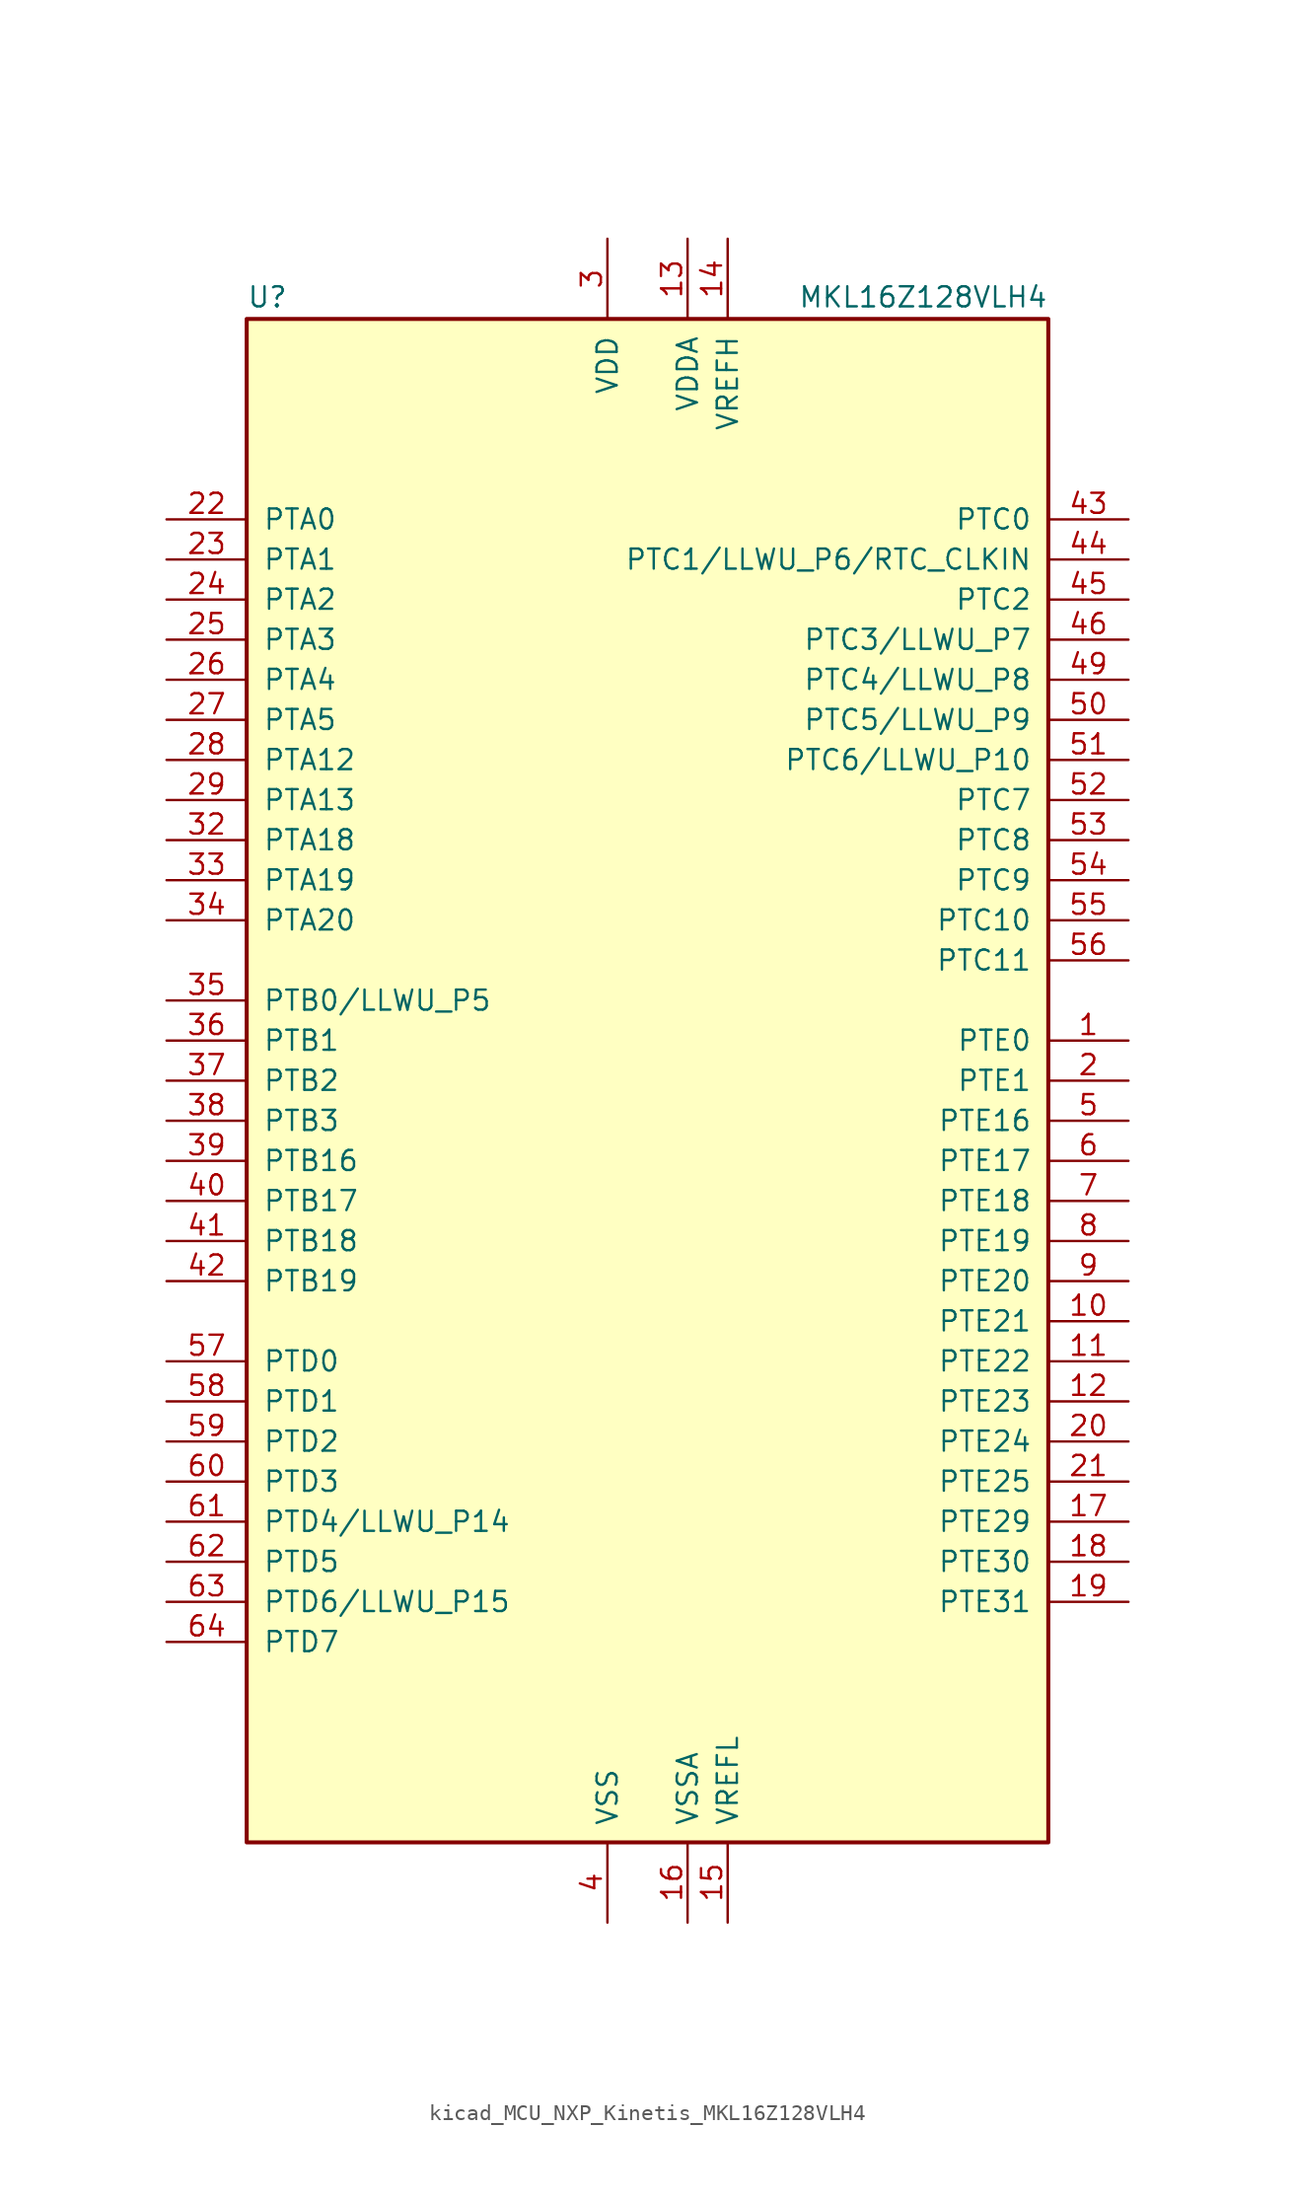
<source format=kicad_sym>
(kicad_symbol_lib
  (version 20220914)
  (generator kicad_symbol_editor)
  (symbol "kicad_MCU_NXP_Kinetis_MKL16Z128VLH4"
    (pin_names
      (offset 1.016))
    (property "Reference" "U"
      (at -25.4 48.895 0)
      (effects (font (size 1.27 1.27)) (justify left bottom)))
    (property "Value" "MKL16Z128VLH4"
      (at 25.4 48.895 0)
      (effects (font (size 1.27 1.27)) (justify right bottom)))
    (symbol "kicad_MCU_NXP_Kinetis_MKL16Z128VLH4_0_1"
      (rectangle (start -25.4 48.26) (end 25.4 -48.26) (stroke (width 0.254) (type default)) (fill (type background))))
    (symbol "kicad_MCU_NXP_Kinetis_MKL16Z128VLH4_1_1"
      (pin bidirectional line (at 30.48 2.54 180) (length 5.08) (name "PTE0" (effects (font (size 1.27 1.27)))) (number "1" (effects (font (size 1.27 1.27)))))
      (pin bidirectional line (at 30.48 -15.24 180) (length 5.08) (name "PTE21" (effects (font (size 1.27 1.27)))) (number "10" (effects (font (size 1.27 1.27)))))
      (pin bidirectional line (at 30.48 -17.78 180) (length 5.08) (name "PTE22" (effects (font (size 1.27 1.27)))) (number "11" (effects (font (size 1.27 1.27)))))
      (pin bidirectional line (at 30.48 -20.32 180) (length 5.08) (name "PTE23" (effects (font (size 1.27 1.27)))) (number "12" (effects (font (size 1.27 1.27)))))
      (pin power_in line (at 2.54 53.34 270) (length 5.08) (name "VDDA" (effects (font (size 1.27 1.27)))) (number "13" (effects (font (size 1.27 1.27)))))
      (pin power_in line (at 5.08 53.34 270) (length 5.08) (name "VREFH" (effects (font (size 1.27 1.27)))) (number "14" (effects (font (size 1.27 1.27)))))
      (pin power_in line (at 5.08 -53.34 90) (length 5.08) (name "VREFL" (effects (font (size 1.27 1.27)))) (number "15" (effects (font (size 1.27 1.27)))))
      (pin power_in line (at 2.54 -53.34 90) (length 5.08) (name "VSSA" (effects (font (size 1.27 1.27)))) (number "16" (effects (font (size 1.27 1.27)))))
      (pin bidirectional line (at 30.48 -27.94 180) (length 5.08) (name "PTE29" (effects (font (size 1.27 1.27)))) (number "17" (effects (font (size 1.27 1.27)))))
      (pin bidirectional line (at 30.48 -30.48 180) (length 5.08) (name "PTE30" (effects (font (size 1.27 1.27)))) (number "18" (effects (font (size 1.27 1.27)))))
      (pin bidirectional line (at 30.48 -33.02 180) (length 5.08) (name "PTE31" (effects (font (size 1.27 1.27)))) (number "19" (effects (font (size 1.27 1.27)))))
      (pin bidirectional line (at 30.48 0 180) (length 5.08) (name "PTE1" (effects (font (size 1.27 1.27)))) (number "2" (effects (font (size 1.27 1.27)))))
      (pin bidirectional line (at 30.48 -22.86 180) (length 5.08) (name "PTE24" (effects (font (size 1.27 1.27)))) (number "20" (effects (font (size 1.27 1.27)))))
      (pin bidirectional line (at 30.48 -25.4 180) (length 5.08) (name "PTE25" (effects (font (size 1.27 1.27)))) (number "21" (effects (font (size 1.27 1.27)))))
      (pin bidirectional line (at -30.48 35.56 0) (length 5.08) (name "PTA0" (effects (font (size 1.27 1.27)))) (number "22" (effects (font (size 1.27 1.27)))))
      (pin bidirectional line (at -30.48 33.02 0) (length 5.08) (name "PTA1" (effects (font (size 1.27 1.27)))) (number "23" (effects (font (size 1.27 1.27)))))
      (pin bidirectional line (at -30.48 30.48 0) (length 5.08) (name "PTA2" (effects (font (size 1.27 1.27)))) (number "24" (effects (font (size 1.27 1.27)))))
      (pin bidirectional line (at -30.48 27.94 0) (length 5.08) (name "PTA3" (effects (font (size 1.27 1.27)))) (number "25" (effects (font (size 1.27 1.27)))))
      (pin bidirectional line (at -30.48 25.4 0) (length 5.08) (name "PTA4" (effects (font (size 1.27 1.27)))) (number "26" (effects (font (size 1.27 1.27)))))
      (pin bidirectional line (at -30.48 22.86 0) (length 5.08) (name "PTA5" (effects (font (size 1.27 1.27)))) (number "27" (effects (font (size 1.27 1.27)))))
      (pin bidirectional line (at -30.48 20.32 0) (length 5.08) (name "PTA12" (effects (font (size 1.27 1.27)))) (number "28" (effects (font (size 1.27 1.27)))))
      (pin bidirectional line (at -30.48 17.78 0) (length 5.08) (name "PTA13" (effects (font (size 1.27 1.27)))) (number "29" (effects (font (size 1.27 1.27)))))
      (pin power_in line (at -2.54 53.34 270) (length 5.08) (name "VDD" (effects (font (size 1.27 1.27)))) (number "3" (effects (font (size 1.27 1.27)))))
      (pin passive line (at -2.54 53.34 270) (length 5.08) hide (name "VDD" (effects (font (size 1.27 1.27)))) (number "30" (effects (font (size 1.27 1.27)))))
      (pin passive line (at -2.54 -53.34 90) (length 5.08) hide (name "VSS" (effects (font (size 1.27 1.27)))) (number "31" (effects (font (size 1.27 1.27)))))
      (pin bidirectional line (at -30.48 15.24 0) (length 5.08) (name "PTA18" (effects (font (size 1.27 1.27)))) (number "32" (effects (font (size 1.27 1.27)))))
      (pin bidirectional line (at -30.48 12.7 0) (length 5.08) (name "PTA19" (effects (font (size 1.27 1.27)))) (number "33" (effects (font (size 1.27 1.27)))))
      (pin bidirectional line (at -30.48 10.16 0) (length 5.08) (name "PTA20" (effects (font (size 1.27 1.27)))) (number "34" (effects (font (size 1.27 1.27)))))
      (pin bidirectional line (at -30.48 5.08 0) (length 5.08) (name "PTB0/LLWU_P5" (effects (font (size 1.27 1.27)))) (number "35" (effects (font (size 1.27 1.27)))))
      (pin bidirectional line (at -30.48 2.54 0) (length 5.08) (name "PTB1" (effects (font (size 1.27 1.27)))) (number "36" (effects (font (size 1.27 1.27)))))
      (pin bidirectional line (at -30.48 0 0) (length 5.08) (name "PTB2" (effects (font (size 1.27 1.27)))) (number "37" (effects (font (size 1.27 1.27)))))
      (pin bidirectional line (at -30.48 -2.54 0) (length 5.08) (name "PTB3" (effects (font (size 1.27 1.27)))) (number "38" (effects (font (size 1.27 1.27)))))
      (pin bidirectional line (at -30.48 -5.08 0) (length 5.08) (name "PTB16" (effects (font (size 1.27 1.27)))) (number "39" (effects (font (size 1.27 1.27)))))
      (pin power_in line (at -2.54 -53.34 90) (length 5.08) (name "VSS" (effects (font (size 1.27 1.27)))) (number "4" (effects (font (size 1.27 1.27)))))
      (pin bidirectional line (at -30.48 -7.62 0) (length 5.08) (name "PTB17" (effects (font (size 1.27 1.27)))) (number "40" (effects (font (size 1.27 1.27)))))
      (pin bidirectional line (at -30.48 -10.16 0) (length 5.08) (name "PTB18" (effects (font (size 1.27 1.27)))) (number "41" (effects (font (size 1.27 1.27)))))
      (pin bidirectional line (at -30.48 -12.7 0) (length 5.08) (name "PTB19" (effects (font (size 1.27 1.27)))) (number "42" (effects (font (size 1.27 1.27)))))
      (pin bidirectional line (at 30.48 35.56 180) (length 5.08) (name "PTC0" (effects (font (size 1.27 1.27)))) (number "43" (effects (font (size 1.27 1.27)))))
      (pin bidirectional line (at 30.48 33.02 180) (length 5.08) (name "PTC1/LLWU_P6/RTC_CLKIN" (effects (font (size 1.27 1.27)))) (number "44" (effects (font (size 1.27 1.27)))))
      (pin bidirectional line (at 30.48 30.48 180) (length 5.08) (name "PTC2" (effects (font (size 1.27 1.27)))) (number "45" (effects (font (size 1.27 1.27)))))
      (pin bidirectional line (at 30.48 27.94 180) (length 5.08) (name "PTC3/LLWU_P7" (effects (font (size 1.27 1.27)))) (number "46" (effects (font (size 1.27 1.27)))))
      (pin passive line (at -2.54 -53.34 90) (length 5.08) hide (name "VSS" (effects (font (size 1.27 1.27)))) (number "47" (effects (font (size 1.27 1.27)))))
      (pin passive line (at -2.54 53.34 270) (length 5.08) hide (name "VDD" (effects (font (size 1.27 1.27)))) (number "48" (effects (font (size 1.27 1.27)))))
      (pin bidirectional line (at 30.48 25.4 180) (length 5.08) (name "PTC4/LLWU_P8" (effects (font (size 1.27 1.27)))) (number "49" (effects (font (size 1.27 1.27)))))
      (pin bidirectional line (at 30.48 -2.54 180) (length 5.08) (name "PTE16" (effects (font (size 1.27 1.27)))) (number "5" (effects (font (size 1.27 1.27)))))
      (pin bidirectional line (at 30.48 22.86 180) (length 5.08) (name "PTC5/LLWU_P9" (effects (font (size 1.27 1.27)))) (number "50" (effects (font (size 1.27 1.27)))))
      (pin bidirectional line (at 30.48 20.32 180) (length 5.08) (name "PTC6/LLWU_P10" (effects (font (size 1.27 1.27)))) (number "51" (effects (font (size 1.27 1.27)))))
      (pin bidirectional line (at 30.48 17.78 180) (length 5.08) (name "PTC7" (effects (font (size 1.27 1.27)))) (number "52" (effects (font (size 1.27 1.27)))))
      (pin bidirectional line (at 30.48 15.24 180) (length 5.08) (name "PTC8" (effects (font (size 1.27 1.27)))) (number "53" (effects (font (size 1.27 1.27)))))
      (pin bidirectional line (at 30.48 12.7 180) (length 5.08) (name "PTC9" (effects (font (size 1.27 1.27)))) (number "54" (effects (font (size 1.27 1.27)))))
      (pin bidirectional line (at 30.48 10.16 180) (length 5.08) (name "PTC10" (effects (font (size 1.27 1.27)))) (number "55" (effects (font (size 1.27 1.27)))))
      (pin bidirectional line (at 30.48 7.62 180) (length 5.08) (name "PTC11" (effects (font (size 1.27 1.27)))) (number "56" (effects (font (size 1.27 1.27)))))
      (pin bidirectional line (at -30.48 -17.78 0) (length 5.08) (name "PTD0" (effects (font (size 1.27 1.27)))) (number "57" (effects (font (size 1.27 1.27)))))
      (pin bidirectional line (at -30.48 -20.32 0) (length 5.08) (name "PTD1" (effects (font (size 1.27 1.27)))) (number "58" (effects (font (size 1.27 1.27)))))
      (pin bidirectional line (at -30.48 -22.86 0) (length 5.08) (name "PTD2" (effects (font (size 1.27 1.27)))) (number "59" (effects (font (size 1.27 1.27)))))
      (pin bidirectional line (at 30.48 -5.08 180) (length 5.08) (name "PTE17" (effects (font (size 1.27 1.27)))) (number "6" (effects (font (size 1.27 1.27)))))
      (pin bidirectional line (at -30.48 -25.4 0) (length 5.08) (name "PTD3" (effects (font (size 1.27 1.27)))) (number "60" (effects (font (size 1.27 1.27)))))
      (pin bidirectional line (at -30.48 -27.94 0) (length 5.08) (name "PTD4/LLWU_P14" (effects (font (size 1.27 1.27)))) (number "61" (effects (font (size 1.27 1.27)))))
      (pin bidirectional line (at -30.48 -30.48 0) (length 5.08) (name "PTD5" (effects (font (size 1.27 1.27)))) (number "62" (effects (font (size 1.27 1.27)))))
      (pin bidirectional line (at -30.48 -33.02 0) (length 5.08) (name "PTD6/LLWU_P15" (effects (font (size 1.27 1.27)))) (number "63" (effects (font (size 1.27 1.27)))))
      (pin bidirectional line (at -30.48 -35.56 0) (length 5.08) (name "PTD7" (effects (font (size 1.27 1.27)))) (number "64" (effects (font (size 1.27 1.27)))))
      (pin bidirectional line (at 30.48 -7.62 180) (length 5.08) (name "PTE18" (effects (font (size 1.27 1.27)))) (number "7" (effects (font (size 1.27 1.27)))))
      (pin bidirectional line (at 30.48 -10.16 180) (length 5.08) (name "PTE19" (effects (font (size 1.27 1.27)))) (number "8" (effects (font (size 1.27 1.27)))))
      (pin bidirectional line (at 30.48 -12.7 180) (length 5.08) (name "PTE20" (effects (font (size 1.27 1.27)))) (number "9" (effects (font (size 1.27 1.27))))))))
</source>
